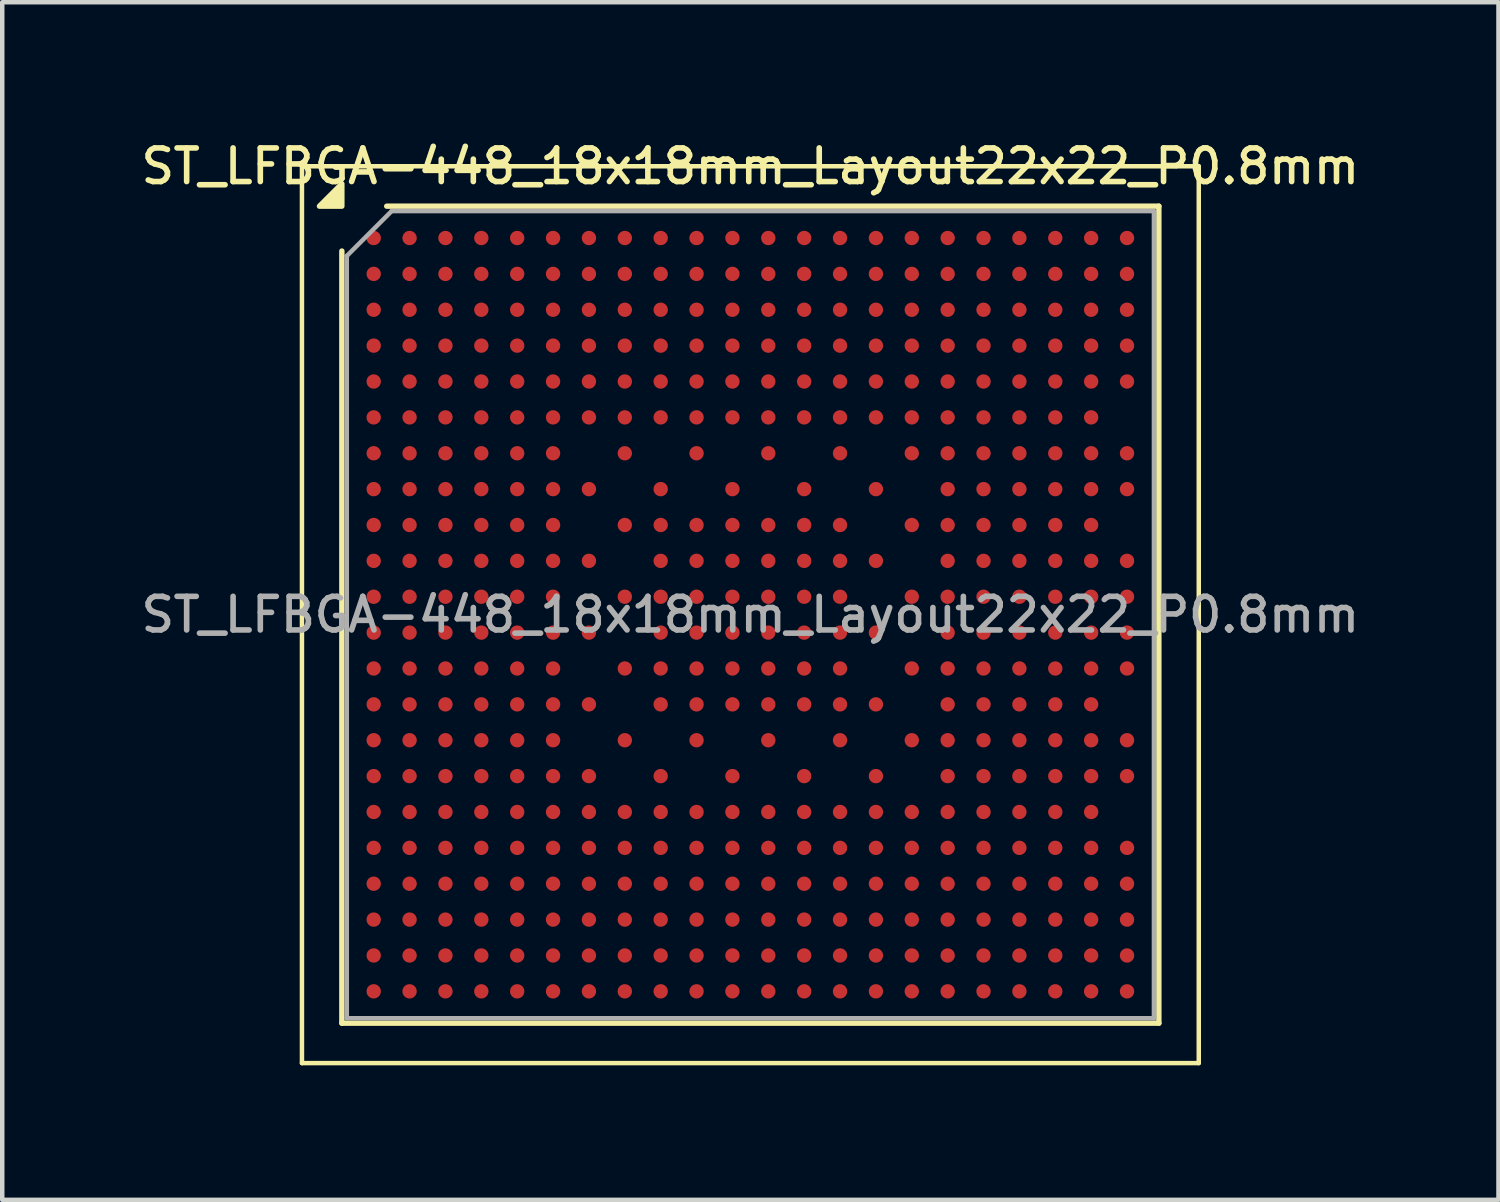
<source format=kicad_pcb>
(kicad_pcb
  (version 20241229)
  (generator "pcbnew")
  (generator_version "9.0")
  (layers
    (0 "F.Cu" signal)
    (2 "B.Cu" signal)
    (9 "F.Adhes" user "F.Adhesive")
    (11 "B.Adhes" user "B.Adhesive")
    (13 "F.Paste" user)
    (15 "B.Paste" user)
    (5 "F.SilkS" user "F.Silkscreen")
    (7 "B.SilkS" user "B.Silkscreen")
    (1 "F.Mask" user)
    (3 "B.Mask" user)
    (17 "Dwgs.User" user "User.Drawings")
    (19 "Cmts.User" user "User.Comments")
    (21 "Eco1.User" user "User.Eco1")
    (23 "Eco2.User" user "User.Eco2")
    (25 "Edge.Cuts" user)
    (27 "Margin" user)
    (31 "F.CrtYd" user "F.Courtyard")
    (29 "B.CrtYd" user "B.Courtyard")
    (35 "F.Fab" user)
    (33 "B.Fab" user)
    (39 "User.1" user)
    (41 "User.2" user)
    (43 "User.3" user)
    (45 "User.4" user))
  (footprint "ST_LFBGA-448_18x18mm_Layout22x22_P0.8mm"
    (layer "F.Cu")
    (at 13.684 10.658)
    (property "Reference" "ST_LFBGA-448_18x18mm_Layout22x22_P0.8mm" (at 0 -10 0) (layer "F.SilkS") (effects (font (size 0.75 0.75) (thickness 0.125))))
    (attr smd)
    (fp_line (start -10 -10) (end -10 10) (stroke (width 0.1) (type solid)) (layer "F.SilkS"))
    (fp_line (start -10 10) (end 10 10) (stroke (width 0.1) (type solid)) (layer "F.SilkS"))
    (fp_line (start -9.11 9.11) (end -9.11 -8.11) (stroke (width 0.12) (type solid)) (layer "F.SilkS"))
    (fp_line (start -8.11 -9.11) (end 9.11 -9.11) (stroke (width 0.12) (type solid)) (layer "F.SilkS"))
    (fp_line (start 9.11 -9.11) (end 9.11 9.11) (stroke (width 0.12) (type solid)) (layer "F.SilkS"))
    (fp_line (start 9.11 9.11) (end -9.11 9.11) (stroke (width 0.12) (type solid)) (layer "F.SilkS"))
    (fp_line (start 10 -10) (end -10 -10) (stroke (width 0.1) (type solid)) (layer "F.SilkS"))
    (fp_line (start 10 10) (end 10 -10) (stroke (width 0.1) (type solid)) (layer "F.SilkS"))
    (fp_poly (pts (xy -9.11 -9.11) (xy -9.61 -9.11) (xy -9.11 -9.61) (xy -9.11 -9.11)) (stroke (width 0.12) (type solid)) (fill yes) (layer "F.SilkS"))
    (fp_line (start -9 -8) (end -8 -9) (stroke (width 0.1) (type solid)) (layer "F.Fab"))
    (fp_line (start -9 9) (end -9 -8) (stroke (width 0.1) (type solid)) (layer "F.Fab"))
    (fp_line (start -8 -9) (end 9 -9) (stroke (width 0.1) (type solid)) (layer "F.Fab"))
    (fp_line (start 9 -9) (end 9 9) (stroke (width 0.1) (type solid)) (layer "F.Fab"))
    (fp_line (start 9 9) (end -9 9) (stroke (width 0.1) (type solid)) (layer "F.Fab"))
    (fp_text user "${REFERENCE}" (at 0 0 0) (layer "F.Fab") (effects (font (size 0.75 0.75) (thickness 0.125))))
    (pad "A1" smd circle (at -8.4 -8.4) (size 0.32 0.32) (property pad_prop_bga) (layers "F.Cu" "F.Mask" "F.Paste"))
    (pad "A2" smd circle (at -7.6 -8.4) (size 0.32 0.32) (property pad_prop_bga) (layers "F.Cu" "F.Mask" "F.Paste"))
    (pad "A3" smd circle (at -6.8 -8.4) (size 0.32 0.32) (property pad_prop_bga) (layers "F.Cu" "F.Mask" "F.Paste"))
    (pad "A4" smd circle (at -6 -8.4) (size 0.32 0.32) (property pad_prop_bga) (layers "F.Cu" "F.Mask" "F.Paste"))
    (pad "A5" smd circle (at -5.2 -8.4) (size 0.32 0.32) (property pad_prop_bga) (layers "F.Cu" "F.Mask" "F.Paste"))
    (pad "A6" smd circle (at -4.4 -8.4) (size 0.32 0.32) (property pad_prop_bga) (layers "F.Cu" "F.Mask" "F.Paste"))
    (pad "A7" smd circle (at -3.6 -8.4) (size 0.32 0.32) (property pad_prop_bga) (layers "F.Cu" "F.Mask" "F.Paste"))
    (pad "A8" smd circle (at -2.8 -8.4) (size 0.32 0.32) (property pad_prop_bga) (layers "F.Cu" "F.Mask" "F.Paste"))
    (pad "A9" smd circle (at -2 -8.4) (size 0.32 0.32) (property pad_prop_bga) (layers "F.Cu" "F.Mask" "F.Paste"))
    (pad "A10" smd circle (at -1.2 -8.4) (size 0.32 0.32) (property pad_prop_bga) (layers "F.Cu" "F.Mask" "F.Paste"))
    (pad "A11" smd circle (at -0.4 -8.4) (size 0.32 0.32) (property pad_prop_bga) (layers "F.Cu" "F.Mask" "F.Paste"))
    (pad "A12" smd circle (at 0.4 -8.4) (size 0.32 0.32) (property pad_prop_bga) (layers "F.Cu" "F.Mask" "F.Paste"))
    (pad "A13" smd circle (at 1.2 -8.4) (size 0.32 0.32) (property pad_prop_bga) (layers "F.Cu" "F.Mask" "F.Paste"))
    (pad "A14" smd circle (at 2 -8.4) (size 0.32 0.32) (property pad_prop_bga) (layers "F.Cu" "F.Mask" "F.Paste"))
    (pad "A15" smd circle (at 2.8 -8.4) (size 0.32 0.32) (property pad_prop_bga) (layers "F.Cu" "F.Mask" "F.Paste"))
    (pad "A16" smd circle (at 3.6 -8.4) (size 0.32 0.32) (property pad_prop_bga) (layers "F.Cu" "F.Mask" "F.Paste"))
    (pad "A17" smd circle (at 4.4 -8.4) (size 0.32 0.32) (property pad_prop_bga) (layers "F.Cu" "F.Mask" "F.Paste"))
    (pad "A18" smd circle (at 5.2 -8.4) (size 0.32 0.32) (property pad_prop_bga) (layers "F.Cu" "F.Mask" "F.Paste"))
    (pad "A19" smd circle (at 6 -8.4) (size 0.32 0.32) (property pad_prop_bga) (layers "F.Cu" "F.Mask" "F.Paste"))
    (pad "A20" smd circle (at 6.8 -8.4) (size 0.32 0.32) (property pad_prop_bga) (layers "F.Cu" "F.Mask" "F.Paste"))
    (pad "A21" smd circle (at 7.6 -8.4) (size 0.32 0.32) (property pad_prop_bga) (layers "F.Cu" "F.Mask" "F.Paste"))
    (pad "A22" smd circle (at 8.4 -8.4) (size 0.32 0.32) (property pad_prop_bga) (layers "F.Cu" "F.Mask" "F.Paste"))
    (pad "AA1" smd circle (at -8.4 7.6) (size 0.32 0.32) (property pad_prop_bga) (layers "F.Cu" "F.Mask" "F.Paste"))
    (pad "AA2" smd circle (at -7.6 7.6) (size 0.32 0.32) (property pad_prop_bga) (layers "F.Cu" "F.Mask" "F.Paste"))
    (pad "AA3" smd circle (at -6.8 7.6) (size 0.32 0.32) (property pad_prop_bga) (layers "F.Cu" "F.Mask" "F.Paste"))
    (pad "AA4" smd circle (at -6 7.6) (size 0.32 0.32) (property pad_prop_bga) (layers "F.Cu" "F.Mask" "F.Paste"))
    (pad "AA5" smd circle (at -5.2 7.6) (size 0.32 0.32) (property pad_prop_bga) (layers "F.Cu" "F.Mask" "F.Paste"))
    (pad "AA6" smd circle (at -4.4 7.6) (size 0.32 0.32) (property pad_prop_bga) (layers "F.Cu" "F.Mask" "F.Paste"))
    (pad "AA7" smd circle (at -3.6 7.6) (size 0.32 0.32) (property pad_prop_bga) (layers "F.Cu" "F.Mask" "F.Paste"))
    (pad "AA8" smd circle (at -2.8 7.6) (size 0.32 0.32) (property pad_prop_bga) (layers "F.Cu" "F.Mask" "F.Paste"))
    (pad "AA9" smd circle (at -2 7.6) (size 0.32 0.32) (property pad_prop_bga) (layers "F.Cu" "F.Mask" "F.Paste"))
    (pad "AA10" smd circle (at -1.2 7.6) (size 0.32 0.32) (property pad_prop_bga) (layers "F.Cu" "F.Mask" "F.Paste"))
    (pad "AA11" smd circle (at -0.4 7.6) (size 0.32 0.32) (property pad_prop_bga) (layers "F.Cu" "F.Mask" "F.Paste"))
    (pad "AA12" smd circle (at 0.4 7.6) (size 0.32 0.32) (property pad_prop_bga) (layers "F.Cu" "F.Mask" "F.Paste"))
    (pad "AA13" smd circle (at 1.2 7.6) (size 0.32 0.32) (property pad_prop_bga) (layers "F.Cu" "F.Mask" "F.Paste"))
    (pad "AA14" smd circle (at 2 7.6) (size 0.32 0.32) (property pad_prop_bga) (layers "F.Cu" "F.Mask" "F.Paste"))
    (pad "AA15" smd circle (at 2.8 7.6) (size 0.32 0.32) (property pad_prop_bga) (layers "F.Cu" "F.Mask" "F.Paste"))
    (pad "AA16" smd circle (at 3.6 7.6) (size 0.32 0.32) (property pad_prop_bga) (layers "F.Cu" "F.Mask" "F.Paste"))
    (pad "AA17" smd circle (at 4.4 7.6) (size 0.32 0.32) (property pad_prop_bga) (layers "F.Cu" "F.Mask" "F.Paste"))
    (pad "AA18" smd circle (at 5.2 7.6) (size 0.32 0.32) (property pad_prop_bga) (layers "F.Cu" "F.Mask" "F.Paste"))
    (pad "AA19" smd circle (at 6 7.6) (size 0.32 0.32) (property pad_prop_bga) (layers "F.Cu" "F.Mask" "F.Paste"))
    (pad "AA20" smd circle (at 6.8 7.6) (size 0.32 0.32) (property pad_prop_bga) (layers "F.Cu" "F.Mask" "F.Paste"))
    (pad "AA21" smd circle (at 7.6 7.6) (size 0.32 0.32) (property pad_prop_bga) (layers "F.Cu" "F.Mask" "F.Paste"))
    (pad "AA22" smd circle (at 8.4 7.6) (size 0.32 0.32) (property pad_prop_bga) (layers "F.Cu" "F.Mask" "F.Paste"))
    (pad "AB1" smd circle (at -8.4 8.4) (size 0.32 0.32) (property pad_prop_bga) (layers "F.Cu" "F.Mask" "F.Paste"))
    (pad "AB2" smd circle (at -7.6 8.4) (size 0.32 0.32) (property pad_prop_bga) (layers "F.Cu" "F.Mask" "F.Paste"))
    (pad "AB3" smd circle (at -6.8 8.4) (size 0.32 0.32) (property pad_prop_bga) (layers "F.Cu" "F.Mask" "F.Paste"))
    (pad "AB4" smd circle (at -6 8.4) (size 0.32 0.32) (property pad_prop_bga) (layers "F.Cu" "F.Mask" "F.Paste"))
    (pad "AB5" smd circle (at -5.2 8.4) (size 0.32 0.32) (property pad_prop_bga) (layers "F.Cu" "F.Mask" "F.Paste"))
    (pad "AB6" smd circle (at -4.4 8.4) (size 0.32 0.32) (property pad_prop_bga) (layers "F.Cu" "F.Mask" "F.Paste"))
    (pad "AB7" smd circle (at -3.6 8.4) (size 0.32 0.32) (property pad_prop_bga) (layers "F.Cu" "F.Mask" "F.Paste"))
    (pad "AB8" smd circle (at -2.8 8.4) (size 0.32 0.32) (property pad_prop_bga) (layers "F.Cu" "F.Mask" "F.Paste"))
    (pad "AB9" smd circle (at -2 8.4) (size 0.32 0.32) (property pad_prop_bga) (layers "F.Cu" "F.Mask" "F.Paste"))
    (pad "AB10" smd circle (at -1.2 8.4) (size 0.32 0.32) (property pad_prop_bga) (layers "F.Cu" "F.Mask" "F.Paste"))
    (pad "AB11" smd circle (at -0.4 8.4) (size 0.32 0.32) (property pad_prop_bga) (layers "F.Cu" "F.Mask" "F.Paste"))
    (pad "AB12" smd circle (at 0.4 8.4) (size 0.32 0.32) (property pad_prop_bga) (layers "F.Cu" "F.Mask" "F.Paste"))
    (pad "AB13" smd circle (at 1.2 8.4) (size 0.32 0.32) (property pad_prop_bga) (layers "F.Cu" "F.Mask" "F.Paste"))
    (pad "AB14" smd circle (at 2 8.4) (size 0.32 0.32) (property pad_prop_bga) (layers "F.Cu" "F.Mask" "F.Paste"))
    (pad "AB15" smd circle (at 2.8 8.4) (size 0.32 0.32) (property pad_prop_bga) (layers "F.Cu" "F.Mask" "F.Paste"))
    (pad "AB16" smd circle (at 3.6 8.4) (size 0.32 0.32) (property pad_prop_bga) (layers "F.Cu" "F.Mask" "F.Paste"))
    (pad "AB17" smd circle (at 4.4 8.4) (size 0.32 0.32) (property pad_prop_bga) (layers "F.Cu" "F.Mask" "F.Paste"))
    (pad "AB18" smd circle (at 5.2 8.4) (size 0.32 0.32) (property pad_prop_bga) (layers "F.Cu" "F.Mask" "F.Paste"))
    (pad "AB19" smd circle (at 6 8.4) (size 0.32 0.32) (property pad_prop_bga) (layers "F.Cu" "F.Mask" "F.Paste"))
    (pad "AB20" smd circle (at 6.8 8.4) (size 0.32 0.32) (property pad_prop_bga) (layers "F.Cu" "F.Mask" "F.Paste"))
    (pad "AB21" smd circle (at 7.6 8.4) (size 0.32 0.32) (property pad_prop_bga) (layers "F.Cu" "F.Mask" "F.Paste"))
    (pad "AB22" smd circle (at 8.4 8.4) (size 0.32 0.32) (property pad_prop_bga) (layers "F.Cu" "F.Mask" "F.Paste"))
    (pad "B1" smd circle (at -8.4 -7.6) (size 0.32 0.32) (property pad_prop_bga) (layers "F.Cu" "F.Mask" "F.Paste"))
    (pad "B2" smd circle (at -7.6 -7.6) (size 0.32 0.32) (property pad_prop_bga) (layers "F.Cu" "F.Mask" "F.Paste"))
    (pad "B3" smd circle (at -6.8 -7.6) (size 0.32 0.32) (property pad_prop_bga) (layers "F.Cu" "F.Mask" "F.Paste"))
    (pad "B4" smd circle (at -6 -7.6) (size 0.32 0.32) (property pad_prop_bga) (layers "F.Cu" "F.Mask" "F.Paste"))
    (pad "B5" smd circle (at -5.2 -7.6) (size 0.32 0.32) (property pad_prop_bga) (layers "F.Cu" "F.Mask" "F.Paste"))
    (pad "B6" smd circle (at -4.4 -7.6) (size 0.32 0.32) (property pad_prop_bga) (layers "F.Cu" "F.Mask" "F.Paste"))
    (pad "B7" smd circle (at -3.6 -7.6) (size 0.32 0.32) (property pad_prop_bga) (layers "F.Cu" "F.Mask" "F.Paste"))
    (pad "B8" smd circle (at -2.8 -7.6) (size 0.32 0.32) (property pad_prop_bga) (layers "F.Cu" "F.Mask" "F.Paste"))
    (pad "B9" smd circle (at -2 -7.6) (size 0.32 0.32) (property pad_prop_bga) (layers "F.Cu" "F.Mask" "F.Paste"))
    (pad "B10" smd circle (at -1.2 -7.6) (size 0.32 0.32) (property pad_prop_bga) (layers "F.Cu" "F.Mask" "F.Paste"))
    (pad "B11" smd circle (at -0.4 -7.6) (size 0.32 0.32) (property pad_prop_bga) (layers "F.Cu" "F.Mask" "F.Paste"))
    (pad "B12" smd circle (at 0.4 -7.6) (size 0.32 0.32) (property pad_prop_bga) (layers "F.Cu" "F.Mask" "F.Paste"))
    (pad "B13" smd circle (at 1.2 -7.6) (size 0.32 0.32) (property pad_prop_bga) (layers "F.Cu" "F.Mask" "F.Paste"))
    (pad "B14" smd circle (at 2 -7.6) (size 0.32 0.32) (property pad_prop_bga) (layers "F.Cu" "F.Mask" "F.Paste"))
    (pad "B15" smd circle (at 2.8 -7.6) (size 0.32 0.32) (property pad_prop_bga) (layers "F.Cu" "F.Mask" "F.Paste"))
    (pad "B16" smd circle (at 3.6 -7.6) (size 0.32 0.32) (property pad_prop_bga) (layers "F.Cu" "F.Mask" "F.Paste"))
    (pad "B17" smd circle (at 4.4 -7.6) (size 0.32 0.32) (property pad_prop_bga) (layers "F.Cu" "F.Mask" "F.Paste"))
    (pad "B18" smd circle (at 5.2 -7.6) (size 0.32 0.32) (property pad_prop_bga) (layers "F.Cu" "F.Mask" "F.Paste"))
    (pad "B19" smd circle (at 6 -7.6) (size 0.32 0.32) (property pad_prop_bga) (layers "F.Cu" "F.Mask" "F.Paste"))
    (pad "B20" smd circle (at 6.8 -7.6) (size 0.32 0.32) (property pad_prop_bga) (layers "F.Cu" "F.Mask" "F.Paste"))
    (pad "B21" smd circle (at 7.6 -7.6) (size 0.32 0.32) (property pad_prop_bga) (layers "F.Cu" "F.Mask" "F.Paste"))
    (pad "B22" smd circle (at 8.4 -7.6) (size 0.32 0.32) (property pad_prop_bga) (layers "F.Cu" "F.Mask" "F.Paste"))
    (pad "C1" smd circle (at -8.4 -6.8) (size 0.32 0.32) (property pad_prop_bga) (layers "F.Cu" "F.Mask" "F.Paste"))
    (pad "C2" smd circle (at -7.6 -6.8) (size 0.32 0.32) (property pad_prop_bga) (layers "F.Cu" "F.Mask" "F.Paste"))
    (pad "C3" smd circle (at -6.8 -6.8) (size 0.32 0.32) (property pad_prop_bga) (layers "F.Cu" "F.Mask" "F.Paste"))
    (pad "C4" smd circle (at -6 -6.8) (size 0.32 0.32) (property pad_prop_bga) (layers "F.Cu" "F.Mask" "F.Paste"))
    (pad "C5" smd circle (at -5.2 -6.8) (size 0.32 0.32) (property pad_prop_bga) (layers "F.Cu" "F.Mask" "F.Paste"))
    (pad "C6" smd circle (at -4.4 -6.8) (size 0.32 0.32) (property pad_prop_bga) (layers "F.Cu" "F.Mask" "F.Paste"))
    (pad "C7" smd circle (at -3.6 -6.8) (size 0.32 0.32) (property pad_prop_bga) (layers "F.Cu" "F.Mask" "F.Paste"))
    (pad "C8" smd circle (at -2.8 -6.8) (size 0.32 0.32) (property pad_prop_bga) (layers "F.Cu" "F.Mask" "F.Paste"))
    (pad "C9" smd circle (at -2 -6.8) (size 0.32 0.32) (property pad_prop_bga) (layers "F.Cu" "F.Mask" "F.Paste"))
    (pad "C10" smd circle (at -1.2 -6.8) (size 0.32 0.32) (property pad_prop_bga) (layers "F.Cu" "F.Mask" "F.Paste"))
    (pad "C11" smd circle (at -0.4 -6.8) (size 0.32 0.32) (property pad_prop_bga) (layers "F.Cu" "F.Mask" "F.Paste"))
    (pad "C12" smd circle (at 0.4 -6.8) (size 0.32 0.32) (property pad_prop_bga) (layers "F.Cu" "F.Mask" "F.Paste"))
    (pad "C13" smd circle (at 1.2 -6.8) (size 0.32 0.32) (property pad_prop_bga) (layers "F.Cu" "F.Mask" "F.Paste"))
    (pad "C14" smd circle (at 2 -6.8) (size 0.32 0.32) (property pad_prop_bga) (layers "F.Cu" "F.Mask" "F.Paste"))
    (pad "C15" smd circle (at 2.8 -6.8) (size 0.32 0.32) (property pad_prop_bga) (layers "F.Cu" "F.Mask" "F.Paste"))
    (pad "C16" smd circle (at 3.6 -6.8) (size 0.32 0.32) (property pad_prop_bga) (layers "F.Cu" "F.Mask" "F.Paste"))
    (pad "C17" smd circle (at 4.4 -6.8) (size 0.32 0.32) (property pad_prop_bga) (layers "F.Cu" "F.Mask" "F.Paste"))
    (pad "C18" smd circle (at 5.2 -6.8) (size 0.32 0.32) (property pad_prop_bga) (layers "F.Cu" "F.Mask" "F.Paste"))
    (pad "C19" smd circle (at 6 -6.8) (size 0.32 0.32) (property pad_prop_bga) (layers "F.Cu" "F.Mask" "F.Paste"))
    (pad "C20" smd circle (at 6.8 -6.8) (size 0.32 0.32) (property pad_prop_bga) (layers "F.Cu" "F.Mask" "F.Paste"))
    (pad "C21" smd circle (at 7.6 -6.8) (size 0.32 0.32) (property pad_prop_bga) (layers "F.Cu" "F.Mask" "F.Paste"))
    (pad "C22" smd circle (at 8.4 -6.8) (size 0.32 0.32) (property pad_prop_bga) (layers "F.Cu" "F.Mask" "F.Paste"))
    (pad "D1" smd circle (at -8.4 -6) (size 0.32 0.32) (property pad_prop_bga) (layers "F.Cu" "F.Mask" "F.Paste"))
    (pad "D2" smd circle (at -7.6 -6) (size 0.32 0.32) (property pad_prop_bga) (layers "F.Cu" "F.Mask" "F.Paste"))
    (pad "D3" smd circle (at -6.8 -6) (size 0.32 0.32) (property pad_prop_bga) (layers "F.Cu" "F.Mask" "F.Paste"))
    (pad "D4" smd circle (at -6 -6) (size 0.32 0.32) (property pad_prop_bga) (layers "F.Cu" "F.Mask" "F.Paste"))
    (pad "D5" smd circle (at -5.2 -6) (size 0.32 0.32) (property pad_prop_bga) (layers "F.Cu" "F.Mask" "F.Paste"))
    (pad "D6" smd circle (at -4.4 -6) (size 0.32 0.32) (property pad_prop_bga) (layers "F.Cu" "F.Mask" "F.Paste"))
    (pad "D7" smd circle (at -3.6 -6) (size 0.32 0.32) (property pad_prop_bga) (layers "F.Cu" "F.Mask" "F.Paste"))
    (pad "D8" smd circle (at -2.8 -6) (size 0.32 0.32) (property pad_prop_bga) (layers "F.Cu" "F.Mask" "F.Paste"))
    (pad "D9" smd circle (at -2 -6) (size 0.32 0.32) (property pad_prop_bga) (layers "F.Cu" "F.Mask" "F.Paste"))
    (pad "D10" smd circle (at -1.2 -6) (size 0.32 0.32) (property pad_prop_bga) (layers "F.Cu" "F.Mask" "F.Paste"))
    (pad "D11" smd circle (at -0.4 -6) (size 0.32 0.32) (property pad_prop_bga) (layers "F.Cu" "F.Mask" "F.Paste"))
    (pad "D12" smd circle (at 0.4 -6) (size 0.32 0.32) (property pad_prop_bga) (layers "F.Cu" "F.Mask" "F.Paste"))
    (pad "D13" smd circle (at 1.2 -6) (size 0.32 0.32) (property pad_prop_bga) (layers "F.Cu" "F.Mask" "F.Paste"))
    (pad "D14" smd circle (at 2 -6) (size 0.32 0.32) (property pad_prop_bga) (layers "F.Cu" "F.Mask" "F.Paste"))
    (pad "D15" smd circle (at 2.8 -6) (size 0.32 0.32) (property pad_prop_bga) (layers "F.Cu" "F.Mask" "F.Paste"))
    (pad "D16" smd circle (at 3.6 -6) (size 0.32 0.32) (property pad_prop_bga) (layers "F.Cu" "F.Mask" "F.Paste"))
    (pad "D17" smd circle (at 4.4 -6) (size 0.32 0.32) (property pad_prop_bga) (layers "F.Cu" "F.Mask" "F.Paste"))
    (pad "D18" smd circle (at 5.2 -6) (size 0.32 0.32) (property pad_prop_bga) (layers "F.Cu" "F.Mask" "F.Paste"))
    (pad "D19" smd circle (at 6 -6) (size 0.32 0.32) (property pad_prop_bga) (layers "F.Cu" "F.Mask" "F.Paste"))
    (pad "D20" smd circle (at 6.8 -6) (size 0.32 0.32) (property pad_prop_bga) (layers "F.Cu" "F.Mask" "F.Paste"))
    (pad "D21" smd circle (at 7.6 -6) (size 0.32 0.32) (property pad_prop_bga) (layers "F.Cu" "F.Mask" "F.Paste"))
    (pad "D22" smd circle (at 8.4 -6) (size 0.32 0.32) (property pad_prop_bga) (layers "F.Cu" "F.Mask" "F.Paste"))
    (pad "E1" smd circle (at -8.4 -5.2) (size 0.32 0.32) (property pad_prop_bga) (layers "F.Cu" "F.Mask" "F.Paste"))
    (pad "E2" smd circle (at -7.6 -5.2) (size 0.32 0.32) (property pad_prop_bga) (layers "F.Cu" "F.Mask" "F.Paste"))
    (pad "E3" smd circle (at -6.8 -5.2) (size 0.32 0.32) (property pad_prop_bga) (layers "F.Cu" "F.Mask" "F.Paste"))
    (pad "E4" smd circle (at -6 -5.2) (size 0.32 0.32) (property pad_prop_bga) (layers "F.Cu" "F.Mask" "F.Paste"))
    (pad "E5" smd circle (at -5.2 -5.2) (size 0.32 0.32) (property pad_prop_bga) (layers "F.Cu" "F.Mask" "F.Paste"))
    (pad "E6" smd circle (at -4.4 -5.2) (size 0.32 0.32) (property pad_prop_bga) (layers "F.Cu" "F.Mask" "F.Paste"))
    (pad "E7" smd circle (at -3.6 -5.2) (size 0.32 0.32) (property pad_prop_bga) (layers "F.Cu" "F.Mask" "F.Paste"))
    (pad "E8" smd circle (at -2.8 -5.2) (size 0.32 0.32) (property pad_prop_bga) (layers "F.Cu" "F.Mask" "F.Paste"))
    (pad "E9" smd circle (at -2 -5.2) (size 0.32 0.32) (property pad_prop_bga) (layers "F.Cu" "F.Mask" "F.Paste"))
    (pad "E10" smd circle (at -1.2 -5.2) (size 0.32 0.32) (property pad_prop_bga) (layers "F.Cu" "F.Mask" "F.Paste"))
    (pad "E11" smd circle (at -0.4 -5.2) (size 0.32 0.32) (property pad_prop_bga) (layers "F.Cu" "F.Mask" "F.Paste"))
    (pad "E12" smd circle (at 0.4 -5.2) (size 0.32 0.32) (property pad_prop_bga) (layers "F.Cu" "F.Mask" "F.Paste"))
    (pad "E13" smd circle (at 1.2 -5.2) (size 0.32 0.32) (property pad_prop_bga) (layers "F.Cu" "F.Mask" "F.Paste"))
    (pad "E14" smd circle (at 2 -5.2) (size 0.32 0.32) (property pad_prop_bga) (layers "F.Cu" "F.Mask" "F.Paste"))
    (pad "E15" smd circle (at 2.8 -5.2) (size 0.32 0.32) (property pad_prop_bga) (layers "F.Cu" "F.Mask" "F.Paste"))
    (pad "E16" smd circle (at 3.6 -5.2) (size 0.32 0.32) (property pad_prop_bga) (layers "F.Cu" "F.Mask" "F.Paste"))
    (pad "E17" smd circle (at 4.4 -5.2) (size 0.32 0.32) (property pad_prop_bga) (layers "F.Cu" "F.Mask" "F.Paste"))
    (pad "E18" smd circle (at 5.2 -5.2) (size 0.32 0.32) (property pad_prop_bga) (layers "F.Cu" "F.Mask" "F.Paste"))
    (pad "E19" smd circle (at 6 -5.2) (size 0.32 0.32) (property pad_prop_bga) (layers "F.Cu" "F.Mask" "F.Paste"))
    (pad "E20" smd circle (at 6.8 -5.2) (size 0.32 0.32) (property pad_prop_bga) (layers "F.Cu" "F.Mask" "F.Paste"))
    (pad "E21" smd circle (at 7.6 -5.2) (size 0.32 0.32) (property pad_prop_bga) (layers "F.Cu" "F.Mask" "F.Paste"))
    (pad "E22" smd circle (at 8.4 -5.2) (size 0.32 0.32) (property pad_prop_bga) (layers "F.Cu" "F.Mask" "F.Paste"))
    (pad "F1" smd circle (at -8.4 -4.4) (size 0.32 0.32) (property pad_prop_bga) (layers "F.Cu" "F.Mask" "F.Paste"))
    (pad "F2" smd circle (at -7.6 -4.4) (size 0.32 0.32) (property pad_prop_bga) (layers "F.Cu" "F.Mask" "F.Paste"))
    (pad "F3" smd circle (at -6.8 -4.4) (size 0.32 0.32) (property pad_prop_bga) (layers "F.Cu" "F.Mask" "F.Paste"))
    (pad "F4" smd circle (at -6 -4.4) (size 0.32 0.32) (property pad_prop_bga) (layers "F.Cu" "F.Mask" "F.Paste"))
    (pad "F5" smd circle (at -5.2 -4.4) (size 0.32 0.32) (property pad_prop_bga) (layers "F.Cu" "F.Mask" "F.Paste"))
    (pad "F6" smd circle (at -4.4 -4.4) (size 0.32 0.32) (property pad_prop_bga) (layers "F.Cu" "F.Mask" "F.Paste"))
    (pad "F7" smd circle (at -3.6 -4.4) (size 0.32 0.32) (property pad_prop_bga) (layers "F.Cu" "F.Mask" "F.Paste"))
    (pad "F8" smd circle (at -2.8 -4.4) (size 0.32 0.32) (property pad_prop_bga) (layers "F.Cu" "F.Mask" "F.Paste"))
    (pad "F9" smd circle (at -2 -4.4) (size 0.32 0.32) (property pad_prop_bga) (layers "F.Cu" "F.Mask" "F.Paste"))
    (pad "F10" smd circle (at -1.2 -4.4) (size 0.32 0.32) (property pad_prop_bga) (layers "F.Cu" "F.Mask" "F.Paste"))
    (pad "F11" smd circle (at -0.4 -4.4) (size 0.32 0.32) (property pad_prop_bga) (layers "F.Cu" "F.Mask" "F.Paste"))
    (pad "F12" smd circle (at 0.4 -4.4) (size 0.32 0.32) (property pad_prop_bga) (layers "F.Cu" "F.Mask" "F.Paste"))
    (pad "F13" smd circle (at 1.2 -4.4) (size 0.32 0.32) (property pad_prop_bga) (layers "F.Cu" "F.Mask" "F.Paste"))
    (pad "F14" smd circle (at 2 -4.4) (size 0.32 0.32) (property pad_prop_bga) (layers "F.Cu" "F.Mask" "F.Paste"))
    (pad "F15" smd circle (at 2.8 -4.4) (size 0.32 0.32) (property pad_prop_bga) (layers "F.Cu" "F.Mask" "F.Paste"))
    (pad "F16" smd circle (at 3.6 -4.4) (size 0.32 0.32) (property pad_prop_bga) (layers "F.Cu" "F.Mask" "F.Paste"))
    (pad "F17" smd circle (at 4.4 -4.4) (size 0.32 0.32) (property pad_prop_bga) (layers "F.Cu" "F.Mask" "F.Paste"))
    (pad "F18" smd circle (at 5.2 -4.4) (size 0.32 0.32) (property pad_prop_bga) (layers "F.Cu" "F.Mask" "F.Paste"))
    (pad "F19" smd circle (at 6 -4.4) (size 0.32 0.32) (property pad_prop_bga) (layers "F.Cu" "F.Mask" "F.Paste"))
    (pad "F20" smd circle (at 6.8 -4.4) (size 0.32 0.32) (property pad_prop_bga) (layers "F.Cu" "F.Mask" "F.Paste"))
    (pad "F21" smd circle (at 7.6 -4.4) (size 0.32 0.32) (property pad_prop_bga) (layers "F.Cu" "F.Mask" "F.Paste"))
    (pad "G1" smd circle (at -8.4 -3.6) (size 0.32 0.32) (property pad_prop_bga) (layers "F.Cu" "F.Mask" "F.Paste"))
    (pad "G2" smd circle (at -7.6 -3.6) (size 0.32 0.32) (property pad_prop_bga) (layers "F.Cu" "F.Mask" "F.Paste"))
    (pad "G3" smd circle (at -6.8 -3.6) (size 0.32 0.32) (property pad_prop_bga) (layers "F.Cu" "F.Mask" "F.Paste"))
    (pad "G4" smd circle (at -6 -3.6) (size 0.32 0.32) (property pad_prop_bga) (layers "F.Cu" "F.Mask" "F.Paste"))
    (pad "G5" smd circle (at -5.2 -3.6) (size 0.32 0.32) (property pad_prop_bga) (layers "F.Cu" "F.Mask" "F.Paste"))
    (pad "G6" smd circle (at -4.4 -3.6) (size 0.32 0.32) (property pad_prop_bga) (layers "F.Cu" "F.Mask" "F.Paste"))
    (pad "G8" smd circle (at -2.8 -3.6) (size 0.32 0.32) (property pad_prop_bga) (layers "F.Cu" "F.Mask" "F.Paste"))
    (pad "G10" smd circle (at -1.2 -3.6) (size 0.32 0.32) (property pad_prop_bga) (layers "F.Cu" "F.Mask" "F.Paste"))
    (pad "G12" smd circle (at 0.4 -3.6) (size 0.32 0.32) (property pad_prop_bga) (layers "F.Cu" "F.Mask" "F.Paste"))
    (pad "G14" smd circle (at 2 -3.6) (size 0.32 0.32) (property pad_prop_bga) (layers "F.Cu" "F.Mask" "F.Paste"))
    (pad "G16" smd circle (at 3.6 -3.6) (size 0.32 0.32) (property pad_prop_bga) (layers "F.Cu" "F.Mask" "F.Paste"))
    (pad "G17" smd circle (at 4.4 -3.6) (size 0.32 0.32) (property pad_prop_bga) (layers "F.Cu" "F.Mask" "F.Paste"))
    (pad "G18" smd circle (at 5.2 -3.6) (size 0.32 0.32) (property pad_prop_bga) (layers "F.Cu" "F.Mask" "F.Paste"))
    (pad "G19" smd circle (at 6 -3.6) (size 0.32 0.32) (property pad_prop_bga) (layers "F.Cu" "F.Mask" "F.Paste"))
    (pad "G20" smd circle (at 6.8 -3.6) (size 0.32 0.32) (property pad_prop_bga) (layers "F.Cu" "F.Mask" "F.Paste"))
    (pad "G21" smd circle (at 7.6 -3.6) (size 0.32 0.32) (property pad_prop_bga) (layers "F.Cu" "F.Mask" "F.Paste"))
    (pad "G22" smd circle (at 8.4 -3.6) (size 0.32 0.32) (property pad_prop_bga) (layers "F.Cu" "F.Mask" "F.Paste"))
    (pad "H1" smd circle (at -8.4 -2.8) (size 0.32 0.32) (property pad_prop_bga) (layers "F.Cu" "F.Mask" "F.Paste"))
    (pad "H2" smd circle (at -7.6 -2.8) (size 0.32 0.32) (property pad_prop_bga) (layers "F.Cu" "F.Mask" "F.Paste"))
    (pad "H3" smd circle (at -6.8 -2.8) (size 0.32 0.32) (property pad_prop_bga) (layers "F.Cu" "F.Mask" "F.Paste"))
    (pad "H4" smd circle (at -6 -2.8) (size 0.32 0.32) (property pad_prop_bga) (layers "F.Cu" "F.Mask" "F.Paste"))
    (pad "H5" smd circle (at -5.2 -2.8) (size 0.32 0.32) (property pad_prop_bga) (layers "F.Cu" "F.Mask" "F.Paste"))
    (pad "H6" smd circle (at -4.4 -2.8) (size 0.32 0.32) (property pad_prop_bga) (layers "F.Cu" "F.Mask" "F.Paste"))
    (pad "H7" smd circle (at -3.6 -2.8) (size 0.32 0.32) (property pad_prop_bga) (layers "F.Cu" "F.Mask" "F.Paste"))
    (pad "H9" smd circle (at -2 -2.8) (size 0.32 0.32) (property pad_prop_bga) (layers "F.Cu" "F.Mask" "F.Paste"))
    (pad "H11" smd circle (at -0.4 -2.8) (size 0.32 0.32) (property pad_prop_bga) (layers "F.Cu" "F.Mask" "F.Paste"))
    (pad "H13" smd circle (at 1.2 -2.8) (size 0.32 0.32) (property pad_prop_bga) (layers "F.Cu" "F.Mask" "F.Paste"))
    (pad "H15" smd circle (at 2.8 -2.8) (size 0.32 0.32) (property pad_prop_bga) (layers "F.Cu" "F.Mask" "F.Paste"))
    (pad "H17" smd circle (at 4.4 -2.8) (size 0.32 0.32) (property pad_prop_bga) (layers "F.Cu" "F.Mask" "F.Paste"))
    (pad "H18" smd circle (at 5.2 -2.8) (size 0.32 0.32) (property pad_prop_bga) (layers "F.Cu" "F.Mask" "F.Paste"))
    (pad "H19" smd circle (at 6 -2.8) (size 0.32 0.32) (property pad_prop_bga) (layers "F.Cu" "F.Mask" "F.Paste"))
    (pad "H20" smd circle (at 6.8 -2.8) (size 0.32 0.32) (property pad_prop_bga) (layers "F.Cu" "F.Mask" "F.Paste"))
    (pad "H21" smd circle (at 7.6 -2.8) (size 0.32 0.32) (property pad_prop_bga) (layers "F.Cu" "F.Mask" "F.Paste"))
    (pad "H22" smd circle (at 8.4 -2.8) (size 0.32 0.32) (property pad_prop_bga) (layers "F.Cu" "F.Mask" "F.Paste"))
    (pad "J1" smd circle (at -8.4 -2) (size 0.32 0.32) (property pad_prop_bga) (layers "F.Cu" "F.Mask" "F.Paste"))
    (pad "J2" smd circle (at -7.6 -2) (size 0.32 0.32) (property pad_prop_bga) (layers "F.Cu" "F.Mask" "F.Paste"))
    (pad "J3" smd circle (at -6.8 -2) (size 0.32 0.32) (property pad_prop_bga) (layers "F.Cu" "F.Mask" "F.Paste"))
    (pad "J4" smd circle (at -6 -2) (size 0.32 0.32) (property pad_prop_bga) (layers "F.Cu" "F.Mask" "F.Paste"))
    (pad "J5" smd circle (at -5.2 -2) (size 0.32 0.32) (property pad_prop_bga) (layers "F.Cu" "F.Mask" "F.Paste"))
    (pad "J6" smd circle (at -4.4 -2) (size 0.32 0.32) (property pad_prop_bga) (layers "F.Cu" "F.Mask" "F.Paste"))
    (pad "J8" smd circle (at -2.8 -2) (size 0.32 0.32) (property pad_prop_bga) (layers "F.Cu" "F.Mask" "F.Paste"))
    (pad "J9" smd circle (at -2 -2) (size 0.32 0.32) (property pad_prop_bga) (layers "F.Cu" "F.Mask" "F.Paste"))
    (pad "J10" smd circle (at -1.2 -2) (size 0.32 0.32) (property pad_prop_bga) (layers "F.Cu" "F.Mask" "F.Paste"))
    (pad "J11" smd circle (at -0.4 -2) (size 0.32 0.32) (property pad_prop_bga) (layers "F.Cu" "F.Mask" "F.Paste"))
    (pad "J12" smd circle (at 0.4 -2) (size 0.32 0.32) (property pad_prop_bga) (layers "F.Cu" "F.Mask" "F.Paste"))
    (pad "J13" smd circle (at 1.2 -2) (size 0.32 0.32) (property pad_prop_bga) (layers "F.Cu" "F.Mask" "F.Paste"))
    (pad "J14" smd circle (at 2 -2) (size 0.32 0.32) (property pad_prop_bga) (layers "F.Cu" "F.Mask" "F.Paste"))
    (pad "J16" smd circle (at 3.6 -2) (size 0.32 0.32) (property pad_prop_bga) (layers "F.Cu" "F.Mask" "F.Paste"))
    (pad "J17" smd circle (at 4.4 -2) (size 0.32 0.32) (property pad_prop_bga) (layers "F.Cu" "F.Mask" "F.Paste"))
    (pad "J18" smd circle (at 5.2 -2) (size 0.32 0.32) (property pad_prop_bga) (layers "F.Cu" "F.Mask" "F.Paste"))
    (pad "J19" smd circle (at 6 -2) (size 0.32 0.32) (property pad_prop_bga) (layers "F.Cu" "F.Mask" "F.Paste"))
    (pad "J20" smd circle (at 6.8 -2) (size 0.32 0.32) (property pad_prop_bga) (layers "F.Cu" "F.Mask" "F.Paste"))
    (pad "J21" smd circle (at 7.6 -2) (size 0.32 0.32) (property pad_prop_bga) (layers "F.Cu" "F.Mask" "F.Paste"))
    (pad "K1" smd circle (at -8.4 -1.2) (size 0.32 0.32) (property pad_prop_bga) (layers "F.Cu" "F.Mask" "F.Paste"))
    (pad "K2" smd circle (at -7.6 -1.2) (size 0.32 0.32) (property pad_prop_bga) (layers "F.Cu" "F.Mask" "F.Paste"))
    (pad "K3" smd circle (at -6.8 -1.2) (size 0.32 0.32) (property pad_prop_bga) (layers "F.Cu" "F.Mask" "F.Paste"))
    (pad "K4" smd circle (at -6 -1.2) (size 0.32 0.32) (property pad_prop_bga) (layers "F.Cu" "F.Mask" "F.Paste"))
    (pad "K5" smd circle (at -5.2 -1.2) (size 0.32 0.32) (property pad_prop_bga) (layers "F.Cu" "F.Mask" "F.Paste"))
    (pad "K6" smd circle (at -4.4 -1.2) (size 0.32 0.32) (property pad_prop_bga) (layers "F.Cu" "F.Mask" "F.Paste"))
    (pad "K7" smd circle (at -3.6 -1.2) (size 0.32 0.32) (property pad_prop_bga) (layers "F.Cu" "F.Mask" "F.Paste"))
    (pad "K9" smd circle (at -2 -1.2) (size 0.32 0.32) (property pad_prop_bga) (layers "F.Cu" "F.Mask" "F.Paste"))
    (pad "K10" smd circle (at -1.2 -1.2) (size 0.32 0.32) (property pad_prop_bga) (layers "F.Cu" "F.Mask" "F.Paste"))
    (pad "K11" smd circle (at -0.4 -1.2) (size 0.32 0.32) (property pad_prop_bga) (layers "F.Cu" "F.Mask" "F.Paste"))
    (pad "K12" smd circle (at 0.4 -1.2) (size 0.32 0.32) (property pad_prop_bga) (layers "F.Cu" "F.Mask" "F.Paste"))
    (pad "K13" smd circle (at 1.2 -1.2) (size 0.32 0.32) (property pad_prop_bga) (layers "F.Cu" "F.Mask" "F.Paste"))
    (pad "K14" smd circle (at 2 -1.2) (size 0.32 0.32) (property pad_prop_bga) (layers "F.Cu" "F.Mask" "F.Paste"))
    (pad "K15" smd circle (at 2.8 -1.2) (size 0.32 0.32) (property pad_prop_bga) (layers "F.Cu" "F.Mask" "F.Paste"))
    (pad "K17" smd circle (at 4.4 -1.2) (size 0.32 0.32) (property pad_prop_bga) (layers "F.Cu" "F.Mask" "F.Paste"))
    (pad "K18" smd circle (at 5.2 -1.2) (size 0.32 0.32) (property pad_prop_bga) (layers "F.Cu" "F.Mask" "F.Paste"))
    (pad "K19" smd circle (at 6 -1.2) (size 0.32 0.32) (property pad_prop_bga) (layers "F.Cu" "F.Mask" "F.Paste"))
    (pad "K20" smd circle (at 6.8 -1.2) (size 0.32 0.32) (property pad_prop_bga) (layers "F.Cu" "F.Mask" "F.Paste"))
    (pad "K21" smd circle (at 7.6 -1.2) (size 0.32 0.32) (property pad_prop_bga) (layers "F.Cu" "F.Mask" "F.Paste"))
    (pad "K22" smd circle (at 8.4 -1.2) (size 0.32 0.32) (property pad_prop_bga) (layers "F.Cu" "F.Mask" "F.Paste"))
    (pad "L1" smd circle (at -8.4 -0.4) (size 0.32 0.32) (property pad_prop_bga) (layers "F.Cu" "F.Mask" "F.Paste"))
    (pad "L2" smd circle (at -7.6 -0.4) (size 0.32 0.32) (property pad_prop_bga) (layers "F.Cu" "F.Mask" "F.Paste"))
    (pad "L3" smd circle (at -6.8 -0.4) (size 0.32 0.32) (property pad_prop_bga) (layers "F.Cu" "F.Mask" "F.Paste"))
    (pad "L4" smd circle (at -6 -0.4) (size 0.32 0.32) (property pad_prop_bga) (layers "F.Cu" "F.Mask" "F.Paste"))
    (pad "L5" smd circle (at -5.2 -0.4) (size 0.32 0.32) (property pad_prop_bga) (layers "F.Cu" "F.Mask" "F.Paste"))
    (pad "L6" smd circle (at -4.4 -0.4) (size 0.32 0.32) (property pad_prop_bga) (layers "F.Cu" "F.Mask" "F.Paste"))
    (pad "L8" smd circle (at -2.8 -0.4) (size 0.32 0.32) (property pad_prop_bga) (layers "F.Cu" "F.Mask" "F.Paste"))
    (pad "L9" smd circle (at -2 -0.4) (size 0.32 0.32) (property pad_prop_bga) (layers "F.Cu" "F.Mask" "F.Paste"))
    (pad "L10" smd circle (at -1.2 -0.4) (size 0.32 0.32) (property pad_prop_bga) (layers "F.Cu" "F.Mask" "F.Paste"))
    (pad "L11" smd circle (at -0.4 -0.4) (size 0.32 0.32) (property pad_prop_bga) (layers "F.Cu" "F.Mask" "F.Paste"))
    (pad "L12" smd circle (at 0.4 -0.4) (size 0.32 0.32) (property pad_prop_bga) (layers "F.Cu" "F.Mask" "F.Paste"))
    (pad "L13" smd circle (at 1.2 -0.4) (size 0.32 0.32) (property pad_prop_bga) (layers "F.Cu" "F.Mask" "F.Paste"))
    (pad "L14" smd circle (at 2 -0.4) (size 0.32 0.32) (property pad_prop_bga) (layers "F.Cu" "F.Mask" "F.Paste"))
    (pad "L16" smd circle (at 3.6 -0.4) (size 0.32 0.32) (property pad_prop_bga) (layers "F.Cu" "F.Mask" "F.Paste"))
    (pad "L17" smd circle (at 4.4 -0.4) (size 0.32 0.32) (property pad_prop_bga) (layers "F.Cu" "F.Mask" "F.Paste"))
    (pad "L18" smd circle (at 5.2 -0.4) (size 0.32 0.32) (property pad_prop_bga) (layers "F.Cu" "F.Mask" "F.Paste"))
    (pad "L19" smd circle (at 6 -0.4) (size 0.32 0.32) (property pad_prop_bga) (layers "F.Cu" "F.Mask" "F.Paste"))
    (pad "L20" smd circle (at 6.8 -0.4) (size 0.32 0.32) (property pad_prop_bga) (layers "F.Cu" "F.Mask" "F.Paste"))
    (pad "L21" smd circle (at 7.6 -0.4) (size 0.32 0.32) (property pad_prop_bga) (layers "F.Cu" "F.Mask" "F.Paste"))
    (pad "L22" smd circle (at 8.4 -0.4) (size 0.32 0.32) (property pad_prop_bga) (layers "F.Cu" "F.Mask" "F.Paste"))
    (pad "M1" smd circle (at -8.4 0.4) (size 0.32 0.32) (property pad_prop_bga) (layers "F.Cu" "F.Mask" "F.Paste"))
    (pad "M2" smd circle (at -7.6 0.4) (size 0.32 0.32) (property pad_prop_bga) (layers "F.Cu" "F.Mask" "F.Paste"))
    (pad "M3" smd circle (at -6.8 0.4) (size 0.32 0.32) (property pad_prop_bga) (layers "F.Cu" "F.Mask" "F.Paste"))
    (pad "M4" smd circle (at -6 0.4) (size 0.32 0.32) (property pad_prop_bga) (layers "F.Cu" "F.Mask" "F.Paste"))
    (pad "M5" smd circle (at -5.2 0.4) (size 0.32 0.32) (property pad_prop_bga) (layers "F.Cu" "F.Mask" "F.Paste"))
    (pad "M6" smd circle (at -4.4 0.4) (size 0.32 0.32) (property pad_prop_bga) (layers "F.Cu" "F.Mask" "F.Paste"))
    (pad "M7" smd circle (at -3.6 0.4) (size 0.32 0.32) (property pad_prop_bga) (layers "F.Cu" "F.Mask" "F.Paste"))
    (pad "M9" smd circle (at -2 0.4) (size 0.32 0.32) (property pad_prop_bga) (layers "F.Cu" "F.Mask" "F.Paste"))
    (pad "M10" smd circle (at -1.2 0.4) (size 0.32 0.32) (property pad_prop_bga) (layers "F.Cu" "F.Mask" "F.Paste"))
    (pad "M11" smd circle (at -0.4 0.4) (size 0.32 0.32) (property pad_prop_bga) (layers "F.Cu" "F.Mask" "F.Paste"))
    (pad "M12" smd circle (at 0.4 0.4) (size 0.32 0.32) (property pad_prop_bga) (layers "F.Cu" "F.Mask" "F.Paste"))
    (pad "M13" smd circle (at 1.2 0.4) (size 0.32 0.32) (property pad_prop_bga) (layers "F.Cu" "F.Mask" "F.Paste"))
    (pad "M14" smd circle (at 2 0.4) (size 0.32 0.32) (property pad_prop_bga) (layers "F.Cu" "F.Mask" "F.Paste"))
    (pad "M15" smd circle (at 2.8 0.4) (size 0.32 0.32) (property pad_prop_bga) (layers "F.Cu" "F.Mask" "F.Paste"))
    (pad "M17" smd circle (at 4.4 0.4) (size 0.32 0.32) (property pad_prop_bga) (layers "F.Cu" "F.Mask" "F.Paste"))
    (pad "M18" smd circle (at 5.2 0.4) (size 0.32 0.32) (property pad_prop_bga) (layers "F.Cu" "F.Mask" "F.Paste"))
    (pad "M19" smd circle (at 6 0.4) (size 0.32 0.32) (property pad_prop_bga) (layers "F.Cu" "F.Mask" "F.Paste"))
    (pad "M20" smd circle (at 6.8 0.4) (size 0.32 0.32) (property pad_prop_bga) (layers "F.Cu" "F.Mask" "F.Paste"))
    (pad "M21" smd circle (at 7.6 0.4) (size 0.32 0.32) (property pad_prop_bga) (layers "F.Cu" "F.Mask" "F.Paste"))
    (pad "M22" smd circle (at 8.4 0.4) (size 0.32 0.32) (property pad_prop_bga) (layers "F.Cu" "F.Mask" "F.Paste"))
    (pad "N1" smd circle (at -8.4 1.2) (size 0.32 0.32) (property pad_prop_bga) (layers "F.Cu" "F.Mask" "F.Paste"))
    (pad "N2" smd circle (at -7.6 1.2) (size 0.32 0.32) (property pad_prop_bga) (layers "F.Cu" "F.Mask" "F.Paste"))
    (pad "N3" smd circle (at -6.8 1.2) (size 0.32 0.32) (property pad_prop_bga) (layers "F.Cu" "F.Mask" "F.Paste"))
    (pad "N4" smd circle (at -6 1.2) (size 0.32 0.32) (property pad_prop_bga) (layers "F.Cu" "F.Mask" "F.Paste"))
    (pad "N5" smd circle (at -5.2 1.2) (size 0.32 0.32) (property pad_prop_bga) (layers "F.Cu" "F.Mask" "F.Paste"))
    (pad "N6" smd circle (at -4.4 1.2) (size 0.32 0.32) (property pad_prop_bga) (layers "F.Cu" "F.Mask" "F.Paste"))
    (pad "N8" smd circle (at -2.8 1.2) (size 0.32 0.32) (property pad_prop_bga) (layers "F.Cu" "F.Mask" "F.Paste"))
    (pad "N9" smd circle (at -2 1.2) (size 0.32 0.32) (property pad_prop_bga) (layers "F.Cu" "F.Mask" "F.Paste"))
    (pad "N10" smd circle (at -1.2 1.2) (size 0.32 0.32) (property pad_prop_bga) (layers "F.Cu" "F.Mask" "F.Paste"))
    (pad "N11" smd circle (at -0.4 1.2) (size 0.32 0.32) (property pad_prop_bga) (layers "F.Cu" "F.Mask" "F.Paste"))
    (pad "N12" smd circle (at 0.4 1.2) (size 0.32 0.32) (property pad_prop_bga) (layers "F.Cu" "F.Mask" "F.Paste"))
    (pad "N13" smd circle (at 1.2 1.2) (size 0.32 0.32) (property pad_prop_bga) (layers "F.Cu" "F.Mask" "F.Paste"))
    (pad "N14" smd circle (at 2 1.2) (size 0.32 0.32) (property pad_prop_bga) (layers "F.Cu" "F.Mask" "F.Paste"))
    (pad "N16" smd circle (at 3.6 1.2) (size 0.32 0.32) (property pad_prop_bga) (layers "F.Cu" "F.Mask" "F.Paste"))
    (pad "N17" smd circle (at 4.4 1.2) (size 0.32 0.32) (property pad_prop_bga) (layers "F.Cu" "F.Mask" "F.Paste"))
    (pad "N18" smd circle (at 5.2 1.2) (size 0.32 0.32) (property pad_prop_bga) (layers "F.Cu" "F.Mask" "F.Paste"))
    (pad "N19" smd circle (at 6 1.2) (size 0.32 0.32) (property pad_prop_bga) (layers "F.Cu" "F.Mask" "F.Paste"))
    (pad "N20" smd circle (at 6.8 1.2) (size 0.32 0.32) (property pad_prop_bga) (layers "F.Cu" "F.Mask" "F.Paste"))
    (pad "N21" smd circle (at 7.6 1.2) (size 0.32 0.32) (property pad_prop_bga) (layers "F.Cu" "F.Mask" "F.Paste"))
    (pad "N22" smd circle (at 8.4 1.2) (size 0.32 0.32) (property pad_prop_bga) (layers "F.Cu" "F.Mask" "F.Paste"))
    (pad "P1" smd circle (at -8.4 2) (size 0.32 0.32) (property pad_prop_bga) (layers "F.Cu" "F.Mask" "F.Paste"))
    (pad "P2" smd circle (at -7.6 2) (size 0.32 0.32) (property pad_prop_bga) (layers "F.Cu" "F.Mask" "F.Paste"))
    (pad "P3" smd circle (at -6.8 2) (size 0.32 0.32) (property pad_prop_bga) (layers "F.Cu" "F.Mask" "F.Paste"))
    (pad "P4" smd circle (at -6 2) (size 0.32 0.32) (property pad_prop_bga) (layers "F.Cu" "F.Mask" "F.Paste"))
    (pad "P5" smd circle (at -5.2 2) (size 0.32 0.32) (property pad_prop_bga) (layers "F.Cu" "F.Mask" "F.Paste"))
    (pad "P6" smd circle (at -4.4 2) (size 0.32 0.32) (property pad_prop_bga) (layers "F.Cu" "F.Mask" "F.Paste"))
    (pad "P7" smd circle (at -3.6 2) (size 0.32 0.32) (property pad_prop_bga) (layers "F.Cu" "F.Mask" "F.Paste"))
    (pad "P9" smd circle (at -2 2) (size 0.32 0.32) (property pad_prop_bga) (layers "F.Cu" "F.Mask" "F.Paste"))
    (pad "P10" smd circle (at -1.2 2) (size 0.32 0.32) (property pad_prop_bga) (layers "F.Cu" "F.Mask" "F.Paste"))
    (pad "P11" smd circle (at -0.4 2) (size 0.32 0.32) (property pad_prop_bga) (layers "F.Cu" "F.Mask" "F.Paste"))
    (pad "P12" smd circle (at 0.4 2) (size 0.32 0.32) (property pad_prop_bga) (layers "F.Cu" "F.Mask" "F.Paste"))
    (pad "P13" smd circle (at 1.2 2) (size 0.32 0.32) (property pad_prop_bga) (layers "F.Cu" "F.Mask" "F.Paste"))
    (pad "P14" smd circle (at 2 2) (size 0.32 0.32) (property pad_prop_bga) (layers "F.Cu" "F.Mask" "F.Paste"))
    (pad "P15" smd circle (at 2.8 2) (size 0.32 0.32) (property pad_prop_bga) (layers "F.Cu" "F.Mask" "F.Paste"))
    (pad "P17" smd circle (at 4.4 2) (size 0.32 0.32) (property pad_prop_bga) (layers "F.Cu" "F.Mask" "F.Paste"))
    (pad "P18" smd circle (at 5.2 2) (size 0.32 0.32) (property pad_prop_bga) (layers "F.Cu" "F.Mask" "F.Paste"))
    (pad "P19" smd circle (at 6 2) (size 0.32 0.32) (property pad_prop_bga) (layers "F.Cu" "F.Mask" "F.Paste"))
    (pad "P20" smd circle (at 6.8 2) (size 0.32 0.32) (property pad_prop_bga) (layers "F.Cu" "F.Mask" "F.Paste"))
    (pad "P21" smd circle (at 7.6 2) (size 0.32 0.32) (property pad_prop_bga) (layers "F.Cu" "F.Mask" "F.Paste"))
    (pad "R1" smd circle (at -8.4 2.8) (size 0.32 0.32) (property pad_prop_bga) (layers "F.Cu" "F.Mask" "F.Paste"))
    (pad "R2" smd circle (at -7.6 2.8) (size 0.32 0.32) (property pad_prop_bga) (layers "F.Cu" "F.Mask" "F.Paste"))
    (pad "R3" smd circle (at -6.8 2.8) (size 0.32 0.32) (property pad_prop_bga) (layers "F.Cu" "F.Mask" "F.Paste"))
    (pad "R4" smd circle (at -6 2.8) (size 0.32 0.32) (property pad_prop_bga) (layers "F.Cu" "F.Mask" "F.Paste"))
    (pad "R5" smd circle (at -5.2 2.8) (size 0.32 0.32) (property pad_prop_bga) (layers "F.Cu" "F.Mask" "F.Paste"))
    (pad "R6" smd circle (at -4.4 2.8) (size 0.32 0.32) (property pad_prop_bga) (layers "F.Cu" "F.Mask" "F.Paste"))
    (pad "R8" smd circle (at -2.8 2.8) (size 0.32 0.32) (property pad_prop_bga) (layers "F.Cu" "F.Mask" "F.Paste"))
    (pad "R10" smd circle (at -1.2 2.8) (size 0.32 0.32) (property pad_prop_bga) (layers "F.Cu" "F.Mask" "F.Paste"))
    (pad "R12" smd circle (at 0.4 2.8) (size 0.32 0.32) (property pad_prop_bga) (layers "F.Cu" "F.Mask" "F.Paste"))
    (pad "R14" smd circle (at 2 2.8) (size 0.32 0.32) (property pad_prop_bga) (layers "F.Cu" "F.Mask" "F.Paste"))
    (pad "R16" smd circle (at 3.6 2.8) (size 0.32 0.32) (property pad_prop_bga) (layers "F.Cu" "F.Mask" "F.Paste"))
    (pad "R17" smd circle (at 4.4 2.8) (size 0.32 0.32) (property pad_prop_bga) (layers "F.Cu" "F.Mask" "F.Paste"))
    (pad "R18" smd circle (at 5.2 2.8) (size 0.32 0.32) (property pad_prop_bga) (layers "F.Cu" "F.Mask" "F.Paste"))
    (pad "R19" smd circle (at 6 2.8) (size 0.32 0.32) (property pad_prop_bga) (layers "F.Cu" "F.Mask" "F.Paste"))
    (pad "R20" smd circle (at 6.8 2.8) (size 0.32 0.32) (property pad_prop_bga) (layers "F.Cu" "F.Mask" "F.Paste"))
    (pad "R21" smd circle (at 7.6 2.8) (size 0.32 0.32) (property pad_prop_bga) (layers "F.Cu" "F.Mask" "F.Paste"))
    (pad "R22" smd circle (at 8.4 2.8) (size 0.32 0.32) (property pad_prop_bga) (layers "F.Cu" "F.Mask" "F.Paste"))
    (pad "T1" smd circle (at -8.4 3.6) (size 0.32 0.32) (property pad_prop_bga) (layers "F.Cu" "F.Mask" "F.Paste"))
    (pad "T2" smd circle (at -7.6 3.6) (size 0.32 0.32) (property pad_prop_bga) (layers "F.Cu" "F.Mask" "F.Paste"))
    (pad "T3" smd circle (at -6.8 3.6) (size 0.32 0.32) (property pad_prop_bga) (layers "F.Cu" "F.Mask" "F.Paste"))
    (pad "T4" smd circle (at -6 3.6) (size 0.32 0.32) (property pad_prop_bga) (layers "F.Cu" "F.Mask" "F.Paste"))
    (pad "T5" smd circle (at -5.2 3.6) (size 0.32 0.32) (property pad_prop_bga) (layers "F.Cu" "F.Mask" "F.Paste"))
    (pad "T6" smd circle (at -4.4 3.6) (size 0.32 0.32) (property pad_prop_bga) (layers "F.Cu" "F.Mask" "F.Paste"))
    (pad "T7" smd circle (at -3.6 3.6) (size 0.32 0.32) (property pad_prop_bga) (layers "F.Cu" "F.Mask" "F.Paste"))
    (pad "T9" smd circle (at -2 3.6) (size 0.32 0.32) (property pad_prop_bga) (layers "F.Cu" "F.Mask" "F.Paste"))
    (pad "T11" smd circle (at -0.4 3.6) (size 0.32 0.32) (property pad_prop_bga) (layers "F.Cu" "F.Mask" "F.Paste"))
    (pad "T13" smd circle (at 1.2 3.6) (size 0.32 0.32) (property pad_prop_bga) (layers "F.Cu" "F.Mask" "F.Paste"))
    (pad "T15" smd circle (at 2.8 3.6) (size 0.32 0.32) (property pad_prop_bga) (layers "F.Cu" "F.Mask" "F.Paste"))
    (pad "T17" smd circle (at 4.4 3.6) (size 0.32 0.32) (property pad_prop_bga) (layers "F.Cu" "F.Mask" "F.Paste"))
    (pad "T18" smd circle (at 5.2 3.6) (size 0.32 0.32) (property pad_prop_bga) (layers "F.Cu" "F.Mask" "F.Paste"))
    (pad "T19" smd circle (at 6 3.6) (size 0.32 0.32) (property pad_prop_bga) (layers "F.Cu" "F.Mask" "F.Paste"))
    (pad "T20" smd circle (at 6.8 3.6) (size 0.32 0.32) (property pad_prop_bga) (layers "F.Cu" "F.Mask" "F.Paste"))
    (pad "T21" smd circle (at 7.6 3.6) (size 0.32 0.32) (property pad_prop_bga) (layers "F.Cu" "F.Mask" "F.Paste"))
    (pad "T22" smd circle (at 8.4 3.6) (size 0.32 0.32) (property pad_prop_bga) (layers "F.Cu" "F.Mask" "F.Paste"))
    (pad "U1" smd circle (at -8.4 4.4) (size 0.32 0.32) (property pad_prop_bga) (layers "F.Cu" "F.Mask" "F.Paste"))
    (pad "U2" smd circle (at -7.6 4.4) (size 0.32 0.32) (property pad_prop_bga) (layers "F.Cu" "F.Mask" "F.Paste"))
    (pad "U3" smd circle (at -6.8 4.4) (size 0.32 0.32) (property pad_prop_bga) (layers "F.Cu" "F.Mask" "F.Paste"))
    (pad "U4" smd circle (at -6 4.4) (size 0.32 0.32) (property pad_prop_bga) (layers "F.Cu" "F.Mask" "F.Paste"))
    (pad "U5" smd circle (at -5.2 4.4) (size 0.32 0.32) (property pad_prop_bga) (layers "F.Cu" "F.Mask" "F.Paste"))
    (pad "U6" smd circle (at -4.4 4.4) (size 0.32 0.32) (property pad_prop_bga) (layers "F.Cu" "F.Mask" "F.Paste"))
    (pad "U7" smd circle (at -3.6 4.4) (size 0.32 0.32) (property pad_prop_bga) (layers "F.Cu" "F.Mask" "F.Paste"))
    (pad "U8" smd circle (at -2.8 4.4) (size 0.32 0.32) (property pad_prop_bga) (layers "F.Cu" "F.Mask" "F.Paste"))
    (pad "U9" smd circle (at -2 4.4) (size 0.32 0.32) (property pad_prop_bga) (layers "F.Cu" "F.Mask" "F.Paste"))
    (pad "U10" smd circle (at -1.2 4.4) (size 0.32 0.32) (property pad_prop_bga) (layers "F.Cu" "F.Mask" "F.Paste"))
    (pad "U11" smd circle (at -0.4 4.4) (size 0.32 0.32) (property pad_prop_bga) (layers "F.Cu" "F.Mask" "F.Paste"))
    (pad "U12" smd circle (at 0.4 4.4) (size 0.32 0.32) (property pad_prop_bga) (layers "F.Cu" "F.Mask" "F.Paste"))
    (pad "U13" smd circle (at 1.2 4.4) (size 0.32 0.32) (property pad_prop_bga) (layers "F.Cu" "F.Mask" "F.Paste"))
    (pad "U14" smd circle (at 2 4.4) (size 0.32 0.32) (property pad_prop_bga) (layers "F.Cu" "F.Mask" "F.Paste"))
    (pad "U15" smd circle (at 2.8 4.4) (size 0.32 0.32) (property pad_prop_bga) (layers "F.Cu" "F.Mask" "F.Paste"))
    (pad "U16" smd circle (at 3.6 4.4) (size 0.32 0.32) (property pad_prop_bga) (layers "F.Cu" "F.Mask" "F.Paste"))
    (pad "U17" smd circle (at 4.4 4.4) (size 0.32 0.32) (property pad_prop_bga) (layers "F.Cu" "F.Mask" "F.Paste"))
    (pad "U18" smd circle (at 5.2 4.4) (size 0.32 0.32) (property pad_prop_bga) (layers "F.Cu" "F.Mask" "F.Paste"))
    (pad "U19" smd circle (at 6 4.4) (size 0.32 0.32) (property pad_prop_bga) (layers "F.Cu" "F.Mask" "F.Paste"))
    (pad "U20" smd circle (at 6.8 4.4) (size 0.32 0.32) (property pad_prop_bga) (layers "F.Cu" "F.Mask" "F.Paste"))
    (pad "U21" smd circle (at 7.6 4.4) (size 0.32 0.32) (property pad_prop_bga) (layers "F.Cu" "F.Mask" "F.Paste"))
    (pad "V1" smd circle (at -8.4 5.2) (size 0.32 0.32) (property pad_prop_bga) (layers "F.Cu" "F.Mask" "F.Paste"))
    (pad "V2" smd circle (at -7.6 5.2) (size 0.32 0.32) (property pad_prop_bga) (layers "F.Cu" "F.Mask" "F.Paste"))
    (pad "V3" smd circle (at -6.8 5.2) (size 0.32 0.32) (property pad_prop_bga) (layers "F.Cu" "F.Mask" "F.Paste"))
    (pad "V4" smd circle (at -6 5.2) (size 0.32 0.32) (property pad_prop_bga) (layers "F.Cu" "F.Mask" "F.Paste"))
    (pad "V5" smd circle (at -5.2 5.2) (size 0.32 0.32) (property pad_prop_bga) (layers "F.Cu" "F.Mask" "F.Paste"))
    (pad "V6" smd circle (at -4.4 5.2) (size 0.32 0.32) (property pad_prop_bga) (layers "F.Cu" "F.Mask" "F.Paste"))
    (pad "V7" smd circle (at -3.6 5.2) (size 0.32 0.32) (property pad_prop_bga) (layers "F.Cu" "F.Mask" "F.Paste"))
    (pad "V8" smd circle (at -2.8 5.2) (size 0.32 0.32) (property pad_prop_bga) (layers "F.Cu" "F.Mask" "F.Paste"))
    (pad "V9" smd circle (at -2 5.2) (size 0.32 0.32) (property pad_prop_bga) (layers "F.Cu" "F.Mask" "F.Paste"))
    (pad "V10" smd circle (at -1.2 5.2) (size 0.32 0.32) (property pad_prop_bga) (layers "F.Cu" "F.Mask" "F.Paste"))
    (pad "V11" smd circle (at -0.4 5.2) (size 0.32 0.32) (property pad_prop_bga) (layers "F.Cu" "F.Mask" "F.Paste"))
    (pad "V12" smd circle (at 0.4 5.2) (size 0.32 0.32) (property pad_prop_bga) (layers "F.Cu" "F.Mask" "F.Paste"))
    (pad "V13" smd circle (at 1.2 5.2) (size 0.32 0.32) (property pad_prop_bga) (layers "F.Cu" "F.Mask" "F.Paste"))
    (pad "V14" smd circle (at 2 5.2) (size 0.32 0.32) (property pad_prop_bga) (layers "F.Cu" "F.Mask" "F.Paste"))
    (pad "V15" smd circle (at 2.8 5.2) (size 0.32 0.32) (property pad_prop_bga) (layers "F.Cu" "F.Mask" "F.Paste"))
    (pad "V16" smd circle (at 3.6 5.2) (size 0.32 0.32) (property pad_prop_bga) (layers "F.Cu" "F.Mask" "F.Paste"))
    (pad "V17" smd circle (at 4.4 5.2) (size 0.32 0.32) (property pad_prop_bga) (layers "F.Cu" "F.Mask" "F.Paste"))
    (pad "V18" smd circle (at 5.2 5.2) (size 0.32 0.32) (property pad_prop_bga) (layers "F.Cu" "F.Mask" "F.Paste"))
    (pad "V19" smd circle (at 6 5.2) (size 0.32 0.32) (property pad_prop_bga) (layers "F.Cu" "F.Mask" "F.Paste"))
    (pad "V20" smd circle (at 6.8 5.2) (size 0.32 0.32) (property pad_prop_bga) (layers "F.Cu" "F.Mask" "F.Paste"))
    (pad "V21" smd circle (at 7.6 5.2) (size 0.32 0.32) (property pad_prop_bga) (layers "F.Cu" "F.Mask" "F.Paste"))
    (pad "V22" smd circle (at 8.4 5.2) (size 0.32 0.32) (property pad_prop_bga) (layers "F.Cu" "F.Mask" "F.Paste"))
    (pad "W1" smd circle (at -8.4 6) (size 0.32 0.32) (property pad_prop_bga) (layers "F.Cu" "F.Mask" "F.Paste"))
    (pad "W2" smd circle (at -7.6 6) (size 0.32 0.32) (property pad_prop_bga) (layers "F.Cu" "F.Mask" "F.Paste"))
    (pad "W3" smd circle (at -6.8 6) (size 0.32 0.32) (property pad_prop_bga) (layers "F.Cu" "F.Mask" "F.Paste"))
    (pad "W4" smd circle (at -6 6) (size 0.32 0.32) (property pad_prop_bga) (layers "F.Cu" "F.Mask" "F.Paste"))
    (pad "W5" smd circle (at -5.2 6) (size 0.32 0.32) (property pad_prop_bga) (layers "F.Cu" "F.Mask" "F.Paste"))
    (pad "W6" smd circle (at -4.4 6) (size 0.32 0.32) (property pad_prop_bga) (layers "F.Cu" "F.Mask" "F.Paste"))
    (pad "W7" smd circle (at -3.6 6) (size 0.32 0.32) (property pad_prop_bga) (layers "F.Cu" "F.Mask" "F.Paste"))
    (pad "W8" smd circle (at -2.8 6) (size 0.32 0.32) (property pad_prop_bga) (layers "F.Cu" "F.Mask" "F.Paste"))
    (pad "W9" smd circle (at -2 6) (size 0.32 0.32) (property pad_prop_bga) (layers "F.Cu" "F.Mask" "F.Paste"))
    (pad "W10" smd circle (at -1.2 6) (size 0.32 0.32) (property pad_prop_bga) (layers "F.Cu" "F.Mask" "F.Paste"))
    (pad "W11" smd circle (at -0.4 6) (size 0.32 0.32) (property pad_prop_bga) (layers "F.Cu" "F.Mask" "F.Paste"))
    (pad "W12" smd circle (at 0.4 6) (size 0.32 0.32) (property pad_prop_bga) (layers "F.Cu" "F.Mask" "F.Paste"))
    (pad "W13" smd circle (at 1.2 6) (size 0.32 0.32) (property pad_prop_bga) (layers "F.Cu" "F.Mask" "F.Paste"))
    (pad "W14" smd circle (at 2 6) (size 0.32 0.32) (property pad_prop_bga) (layers "F.Cu" "F.Mask" "F.Paste"))
    (pad "W15" smd circle (at 2.8 6) (size 0.32 0.32) (property pad_prop_bga) (layers "F.Cu" "F.Mask" "F.Paste"))
    (pad "W16" smd circle (at 3.6 6) (size 0.32 0.32) (property pad_prop_bga) (layers "F.Cu" "F.Mask" "F.Paste"))
    (pad "W17" smd circle (at 4.4 6) (size 0.32 0.32) (property pad_prop_bga) (layers "F.Cu" "F.Mask" "F.Paste"))
    (pad "W18" smd circle (at 5.2 6) (size 0.32 0.32) (property pad_prop_bga) (layers "F.Cu" "F.Mask" "F.Paste"))
    (pad "W19" smd circle (at 6 6) (size 0.32 0.32) (property pad_prop_bga) (layers "F.Cu" "F.Mask" "F.Paste"))
    (pad "W20" smd circle (at 6.8 6) (size 0.32 0.32) (property pad_prop_bga) (layers "F.Cu" "F.Mask" "F.Paste"))
    (pad "W21" smd circle (at 7.6 6) (size 0.32 0.32) (property pad_prop_bga) (layers "F.Cu" "F.Mask" "F.Paste"))
    (pad "W22" smd circle (at 8.4 6) (size 0.32 0.32) (property pad_prop_bga) (layers "F.Cu" "F.Mask" "F.Paste"))
    (pad "Y1" smd circle (at -8.4 6.8) (size 0.32 0.32) (property pad_prop_bga) (layers "F.Cu" "F.Mask" "F.Paste"))
    (pad "Y2" smd circle (at -7.6 6.8) (size 0.32 0.32) (property pad_prop_bga) (layers "F.Cu" "F.Mask" "F.Paste"))
    (pad "Y3" smd circle (at -6.8 6.8) (size 0.32 0.32) (property pad_prop_bga) (layers "F.Cu" "F.Mask" "F.Paste"))
    (pad "Y4" smd circle (at -6 6.8) (size 0.32 0.32) (property pad_prop_bga) (layers "F.Cu" "F.Mask" "F.Paste"))
    (pad "Y5" smd circle (at -5.2 6.8) (size 0.32 0.32) (property pad_prop_bga) (layers "F.Cu" "F.Mask" "F.Paste"))
    (pad "Y6" smd circle (at -4.4 6.8) (size 0.32 0.32) (property pad_prop_bga) (layers "F.Cu" "F.Mask" "F.Paste"))
    (pad "Y7" smd circle (at -3.6 6.8) (size 0.32 0.32) (property pad_prop_bga) (layers "F.Cu" "F.Mask" "F.Paste"))
    (pad "Y8" smd circle (at -2.8 6.8) (size 0.32 0.32) (property pad_prop_bga) (layers "F.Cu" "F.Mask" "F.Paste"))
    (pad "Y9" smd circle (at -2 6.8) (size 0.32 0.32) (property pad_prop_bga) (layers "F.Cu" "F.Mask" "F.Paste"))
    (pad "Y10" smd circle (at -1.2 6.8) (size 0.32 0.32) (property pad_prop_bga) (layers "F.Cu" "F.Mask" "F.Paste"))
    (pad "Y11" smd circle (at -0.4 6.8) (size 0.32 0.32) (property pad_prop_bga) (layers "F.Cu" "F.Mask" "F.Paste"))
    (pad "Y12" smd circle (at 0.4 6.8) (size 0.32 0.32) (property pad_prop_bga) (layers "F.Cu" "F.Mask" "F.Paste"))
    (pad "Y13" smd circle (at 1.2 6.8) (size 0.32 0.32) (property pad_prop_bga) (layers "F.Cu" "F.Mask" "F.Paste"))
    (pad "Y14" smd circle (at 2 6.8) (size 0.32 0.32) (property pad_prop_bga) (layers "F.Cu" "F.Mask" "F.Paste"))
    (pad "Y15" smd circle (at 2.8 6.8) (size 0.32 0.32) (property pad_prop_bga) (layers "F.Cu" "F.Mask" "F.Paste"))
    (pad "Y16" smd circle (at 3.6 6.8) (size 0.32 0.32) (property pad_prop_bga) (layers "F.Cu" "F.Mask" "F.Paste"))
    (pad "Y17" smd circle (at 4.4 6.8) (size 0.32 0.32) (property pad_prop_bga) (layers "F.Cu" "F.Mask" "F.Paste"))
    (pad "Y18" smd circle (at 5.2 6.8) (size 0.32 0.32) (property pad_prop_bga) (layers "F.Cu" "F.Mask" "F.Paste"))
    (pad "Y19" smd circle (at 6 6.8) (size 0.32 0.32) (property pad_prop_bga) (layers "F.Cu" "F.Mask" "F.Paste"))
    (pad "Y20" smd circle (at 6.8 6.8) (size 0.32 0.32) (property pad_prop_bga) (layers "F.Cu" "F.Mask" "F.Paste"))
    (pad "Y21" smd circle (at 7.6 6.8) (size 0.32 0.32) (property pad_prop_bga) (layers "F.Cu" "F.Mask" "F.Paste"))
    (pad "Y22" smd circle (at 8.4 6.8) (size 0.32 0.32) (property pad_prop_bga) (layers "F.Cu" "F.Mask" "F.Paste")))
  (gr_rect
    (start -3 -3)
    (end 30.368 23.708)
    (stroke (width 0.1) (type default))
    (fill no)
    (layer "Edge.Cuts")))
</source>
